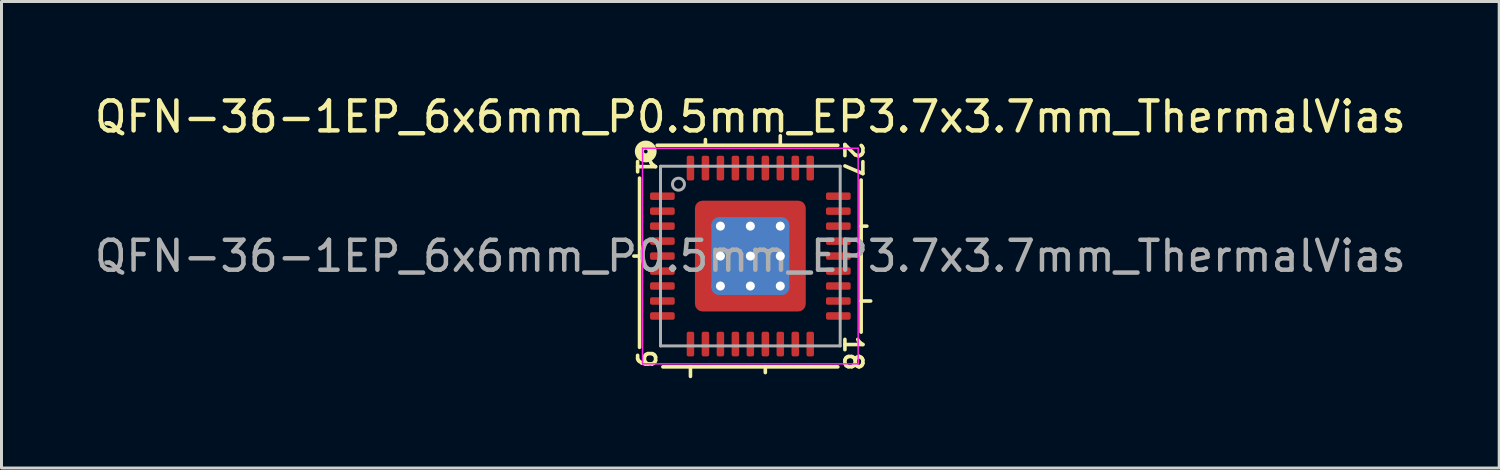
<source format=kicad_pcb>
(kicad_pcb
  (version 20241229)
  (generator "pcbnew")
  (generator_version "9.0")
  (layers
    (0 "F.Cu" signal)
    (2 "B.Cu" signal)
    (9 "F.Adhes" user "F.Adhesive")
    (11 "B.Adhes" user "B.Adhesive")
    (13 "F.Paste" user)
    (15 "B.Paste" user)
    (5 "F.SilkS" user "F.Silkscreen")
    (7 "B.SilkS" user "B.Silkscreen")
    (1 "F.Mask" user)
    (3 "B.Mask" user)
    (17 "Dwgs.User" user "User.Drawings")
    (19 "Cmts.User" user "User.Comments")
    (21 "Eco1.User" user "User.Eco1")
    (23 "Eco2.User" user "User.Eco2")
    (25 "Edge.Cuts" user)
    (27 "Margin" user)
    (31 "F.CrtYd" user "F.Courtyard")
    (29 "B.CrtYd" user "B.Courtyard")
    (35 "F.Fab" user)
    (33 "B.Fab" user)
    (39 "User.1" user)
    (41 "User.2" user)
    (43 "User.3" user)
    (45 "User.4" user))
  (footprint "QFN-36-1EP_6x6mm_P0.5mm_EP3.7x3.7mm_ThermalVias"
    (layer "F.Cu")
    (at 22.006 5.501)
    (property "Reference" "QFN-36-1EP_6x6mm_P0.5mm_EP3.7x3.7mm_ThermalVias" (at 0 -4.652 0) (layer "F.SilkS") (effects (font (size 1 1) (thickness 0.15))))
    (attr smd)
    (fp_line (start -3.7 -2.603) (end -3.7 3.048) (stroke (width 0.12) (type solid)) (layer "F.SilkS"))
    (fp_line (start -3.7 0) (end -3.89 0) (stroke (width 0.12) (type solid)) (layer "F.SilkS"))
    (fp_line (start -2.921 3.7) (end 2.921 3.7) (stroke (width 0.12) (type solid)) (layer "F.SilkS"))
    (fp_line (start -2 3.7) (end -2 4.018) (stroke (width 0.12) (type solid)) (layer "F.SilkS"))
    (fp_line (start -1.5 -3.7) (end -1.5 -3.89) (stroke (width 0.12) (type solid)) (layer "F.SilkS"))
    (fp_line (start 0.5 3.7) (end 0.5 3.89) (stroke (width 0.12) (type solid)) (layer "F.SilkS"))
    (fp_line (start 1 -3.7) (end 1 -4.018) (stroke (width 0.12) (type solid)) (layer "F.SilkS"))
    (fp_line (start 2.921 -3.7) (end -3.111 -3.7) (stroke (width 0.12) (type solid)) (layer "F.SilkS"))
    (fp_line (start 3.7 -1) (end 3.89 -1) (stroke (width 0.12) (type solid)) (layer "F.SilkS"))
    (fp_line (start 3.7 1.5) (end 4.018 1.5) (stroke (width 0.12) (type solid)) (layer "F.SilkS"))
    (fp_line (start 3.7 2.54) (end 3.7 -2.54) (stroke (width 0.12) (type solid)) (layer "F.SilkS"))
    (fp_circle (center -3.493 -3.493) (end -3.429 -3.493) (stroke (width 0.3) (type solid)) (fill no) (layer "F.SilkS"))
    (fp_line (start -3.6 -3.6) (end -3.6 3.6) (stroke (width 0.05) (type solid)) (layer "F.CrtYd"))
    (fp_line (start -3.6 3.6) (end 3.6 3.6) (stroke (width 0.05) (type solid)) (layer "F.CrtYd"))
    (fp_line (start 3.6 -3.6) (end -3.6 -3.6) (stroke (width 0.05) (type solid)) (layer "F.CrtYd"))
    (fp_line (start 3.6 3.6) (end 3.6 -3.6) (stroke (width 0.05) (type solid)) (layer "F.CrtYd"))
    (fp_line (start -3 -3) (end 3 -3) (stroke (width 0.1) (type solid)) (layer "F.Fab"))
    (fp_line (start -3 3) (end -3 -3) (stroke (width 0.1) (type solid)) (layer "F.Fab"))
    (fp_line (start 3 -3) (end 3 3) (stroke (width 0.1) (type solid)) (layer "F.Fab"))
    (fp_line (start 3 3) (end -3 3) (stroke (width 0.1) (type solid)) (layer "F.Fab"))
    (fp_circle (center -2.4 -2.4) (end -2.2 -2.4) (stroke (width 0.1) (type solid)) (fill no) (layer "F.Fab"))
    (fp_text user "18" (at 3.429 3.239 270) (unlocked yes) (layer "F.SilkS") (effects (font (size 0.6 0.6) (thickness 0.12))))
    (fp_text user "9" (at -3.493 3.429 270) (unlocked yes) (layer "F.SilkS") (effects (font (size 0.6 0.6) (thickness 0.12))))
    (fp_text user "27" (at 3.429 -3.239 270) (unlocked yes) (layer "F.SilkS") (effects (font (size 0.6 0.6) (thickness 0.12))))
    (fp_text user "1" (at -3.493 -2.985 270) (unlocked yes) (layer "F.SilkS") (effects (font (size 0.6 0.6) (thickness 0.12))))
    (fp_text user "${REFERENCE}" (at 0 0 0) (layer "F.Fab") (effects (font (size 1 1) (thickness 0.15))))
    (pad "" smd custom (at -1.425 -1.425) (size 0.602 0.602) (layers "F.Paste") (options (anchor circle)) (primitives (gr_poly (pts (xy 0.259 0.19) (xy 0.19 0.259) (xy -0.259 0.259) (xy -0.259 -0.259) (xy 0.259 -0.259)) (width 0.167) (fill yes))))
    (pad "" smd custom (at -1.425 -0.5) (size 0.612 0.612) (layers "F.Paste") (options (anchor circle)) (primitives (gr_poly (pts (xy 0.269 -0.269) (xy 0.269 0.269) (xy 0.209 0.33) (xy -0.269 0.33) (xy -0.269 -0.33) (xy 0.209 -0.33)) (width 0.147) (fill yes))))
    (pad "" smd custom (at -1.425 0.5) (size 0.612 0.612) (layers "F.Paste") (options (anchor circle)) (primitives (gr_poly (pts (xy 0.269 -0.269) (xy 0.269 0.269) (xy 0.209 0.33) (xy -0.269 0.33) (xy -0.269 -0.33) (xy 0.209 -0.33)) (width 0.147) (fill yes))))
    (pad "" smd custom (at -1.425 1.425) (size 0.602 0.602) (layers "F.Paste") (options (anchor circle)) (primitives (gr_poly (pts (xy 0.259 -0.19) (xy 0.259 0.259) (xy -0.259 0.259) (xy -0.259 -0.259) (xy 0.19 -0.259)) (width 0.167) (fill yes))))
    (pad "" smd custom (at -0.5 -1.425) (size 0.612 0.612) (layers "F.Paste") (options (anchor circle)) (primitives (gr_poly (pts (xy 0.33 0.209) (xy 0.269 0.269) (xy -0.269 0.269) (xy -0.33 0.209) (xy -0.33 -0.269) (xy 0.33 -0.269)) (width 0.147) (fill yes))))
    (pad "" smd roundrect (at -0.5 -0.5) (size 0.806 0.806) (layers "F.Paste") (roundrect_rratio 0.25))
    (pad "" smd roundrect (at -0.5 0.5) (size 0.806 0.806) (layers "F.Paste") (roundrect_rratio 0.25))
    (pad "" smd custom (at -0.5 1.425) (size 0.612 0.612) (layers "F.Paste") (options (anchor circle)) (primitives (gr_poly (pts (xy 0.33 -0.209) (xy 0.33 0.269) (xy -0.33 0.269) (xy -0.33 -0.209) (xy -0.269 -0.269) (xy 0.269 -0.269)) (width 0.147) (fill yes))))
    (pad "" smd custom (at 0.5 -1.425) (size 0.612 0.612) (layers "F.Paste") (options (anchor circle)) (primitives (gr_poly (pts (xy 0.33 0.209) (xy 0.269 0.269) (xy -0.269 0.269) (xy -0.33 0.209) (xy -0.33 -0.269) (xy 0.33 -0.269)) (width 0.147) (fill yes))))
    (pad "" smd roundrect (at 0.5 -0.5) (size 0.806 0.806) (layers "F.Paste") (roundrect_rratio 0.25))
    (pad "" smd roundrect (at 0.5 0.5) (size 0.806 0.806) (layers "F.Paste") (roundrect_rratio 0.25))
    (pad "" smd custom (at 0.5 1.425) (size 0.612 0.612) (layers "F.Paste") (options (anchor circle)) (primitives (gr_poly (pts (xy 0.33 -0.209) (xy 0.33 0.269) (xy -0.33 0.269) (xy -0.33 -0.209) (xy -0.269 -0.269) (xy 0.269 -0.269)) (width 0.147) (fill yes))))
    (pad "" smd custom (at 1.425 -1.425) (size 0.602 0.602) (layers "F.Paste") (options (anchor circle)) (primitives (gr_poly (pts (xy 0.259 0.259) (xy -0.19 0.259) (xy -0.259 0.19) (xy -0.259 -0.259) (xy 0.259 -0.259)) (width 0.167) (fill yes))))
    (pad "" smd custom (at 1.425 -0.5) (size 0.612 0.612) (layers "F.Paste") (options (anchor circle)) (primitives (gr_poly (pts (xy 0.269 0.33) (xy -0.209 0.33) (xy -0.269 0.269) (xy -0.269 -0.269) (xy -0.209 -0.33) (xy 0.269 -0.33)) (width 0.147) (fill yes))))
    (pad "" smd custom (at 1.425 0.5) (size 0.612 0.612) (layers "F.Paste") (options (anchor circle)) (primitives (gr_poly (pts (xy 0.269 0.33) (xy -0.209 0.33) (xy -0.269 0.269) (xy -0.269 -0.269) (xy -0.209 -0.33) (xy 0.269 -0.33)) (width 0.147) (fill yes))))
    (pad "" smd custom (at 1.425 1.425) (size 0.602 0.602) (layers "F.Paste") (options (anchor circle)) (primitives (gr_poly (pts (xy 0.259 0.259) (xy -0.259 0.259) (xy -0.259 -0.19) (xy -0.19 -0.259) (xy 0.259 -0.259)) (width 0.167) (fill yes))))
    (pad "1" smd roundrect (at -2.938 -2) (size 0.825 0.25) (layers "F.Cu" "F.Mask" "F.Paste") (roundrect_rratio 0.25))
    (pad "2" smd roundrect (at -2.938 -1.5) (size 0.825 0.25) (layers "F.Cu" "F.Mask" "F.Paste") (roundrect_rratio 0.25))
    (pad "3" smd roundrect (at -2.938 -1) (size 0.825 0.25) (layers "F.Cu" "F.Mask" "F.Paste") (roundrect_rratio 0.25))
    (pad "4" smd roundrect (at -2.938 -0.5) (size 0.825 0.25) (layers "F.Cu" "F.Mask" "F.Paste") (roundrect_rratio 0.25))
    (pad "5" smd roundrect (at -2.938 0) (size 0.825 0.25) (layers "F.Cu" "F.Mask" "F.Paste") (roundrect_rratio 0.25))
    (pad "6" smd roundrect (at -2.938 0.5) (size 0.825 0.25) (layers "F.Cu" "F.Mask" "F.Paste") (roundrect_rratio 0.25))
    (pad "7" smd roundrect (at -2.938 1) (size 0.825 0.25) (layers "F.Cu" "F.Mask" "F.Paste") (roundrect_rratio 0.25))
    (pad "8" smd roundrect (at -2.938 1.5) (size 0.825 0.25) (layers "F.Cu" "F.Mask" "F.Paste") (roundrect_rratio 0.25))
    (pad "9" smd roundrect (at -2.938 2) (size 0.825 0.25) (layers "F.Cu" "F.Mask" "F.Paste") (roundrect_rratio 0.25))
    (pad "10" smd roundrect (at -2 2.938) (size 0.25 0.825) (layers "F.Cu" "F.Mask" "F.Paste") (roundrect_rratio 0.25))
    (pad "11" smd roundrect (at -1.5 2.938) (size 0.25 0.825) (layers "F.Cu" "F.Mask" "F.Paste") (roundrect_rratio 0.25))
    (pad "12" smd roundrect (at -1 2.938) (size 0.25 0.825) (layers "F.Cu" "F.Mask" "F.Paste") (roundrect_rratio 0.25))
    (pad "13" smd roundrect (at -0.5 2.938) (size 0.25 0.825) (layers "F.Cu" "F.Mask" "F.Paste") (roundrect_rratio 0.25))
    (pad "14" smd roundrect (at 0 2.938) (size 0.25 0.825) (layers "F.Cu" "F.Mask" "F.Paste") (roundrect_rratio 0.25))
    (pad "15" smd roundrect (at 0.5 2.938) (size 0.25 0.825) (layers "F.Cu" "F.Mask" "F.Paste") (roundrect_rratio 0.25))
    (pad "16" smd roundrect (at 1 2.938) (size 0.25 0.825) (layers "F.Cu" "F.Mask" "F.Paste") (roundrect_rratio 0.25))
    (pad "17" smd roundrect (at 1.5 2.938) (size 0.25 0.825) (layers "F.Cu" "F.Mask" "F.Paste") (roundrect_rratio 0.25))
    (pad "18" smd roundrect (at 2 2.938) (size 0.25 0.825) (layers "F.Cu" "F.Mask" "F.Paste") (roundrect_rratio 0.25))
    (pad "19" smd roundrect (at 2.938 2) (size 0.825 0.25) (layers "F.Cu" "F.Mask" "F.Paste") (roundrect_rratio 0.25))
    (pad "20" smd roundrect (at 2.938 1.5) (size 0.825 0.25) (layers "F.Cu" "F.Mask" "F.Paste") (roundrect_rratio 0.25))
    (pad "21" smd roundrect (at 2.938 1) (size 0.825 0.25) (layers "F.Cu" "F.Mask" "F.Paste") (roundrect_rratio 0.25))
    (pad "22" smd roundrect (at 2.938 0.5) (size 0.825 0.25) (layers "F.Cu" "F.Mask" "F.Paste") (roundrect_rratio 0.25))
    (pad "23" smd roundrect (at 2.938 0) (size 0.825 0.25) (layers "F.Cu" "F.Mask" "F.Paste") (roundrect_rratio 0.25))
    (pad "24" smd roundrect (at 2.938 -0.5) (size 0.825 0.25) (layers "F.Cu" "F.Mask" "F.Paste") (roundrect_rratio 0.25))
    (pad "25" smd roundrect (at 2.938 -1) (size 0.825 0.25) (layers "F.Cu" "F.Mask" "F.Paste") (roundrect_rratio 0.25))
    (pad "26" smd roundrect (at 2.938 -1.5) (size 0.825 0.25) (layers "F.Cu" "F.Mask" "F.Paste") (roundrect_rratio 0.25))
    (pad "27" smd roundrect (at 2.938 -2) (size 0.825 0.25) (layers "F.Cu" "F.Mask" "F.Paste") (roundrect_rratio 0.25))
    (pad "28" smd roundrect (at 2 -2.938) (size 0.25 0.825) (layers "F.Cu" "F.Mask" "F.Paste") (roundrect_rratio 0.25))
    (pad "29" smd roundrect (at 1.5 -2.938) (size 0.25 0.825) (layers "F.Cu" "F.Mask" "F.Paste") (roundrect_rratio 0.25))
    (pad "30" smd roundrect (at 1 -2.938) (size 0.25 0.825) (layers "F.Cu" "F.Mask" "F.Paste") (roundrect_rratio 0.25))
    (pad "31" smd roundrect (at 0.5 -2.938) (size 0.25 0.825) (layers "F.Cu" "F.Mask" "F.Paste") (roundrect_rratio 0.25))
    (pad "32" smd roundrect (at 0 -2.938) (size 0.25 0.825) (layers "F.Cu" "F.Mask" "F.Paste") (roundrect_rratio 0.25))
    (pad "33" smd roundrect (at -0.5 -2.938) (size 0.25 0.825) (layers "F.Cu" "F.Mask" "F.Paste") (roundrect_rratio 0.25))
    (pad "34" smd roundrect (at -1 -2.938) (size 0.25 0.825) (layers "F.Cu" "F.Mask" "F.Paste") (roundrect_rratio 0.25))
    (pad "35" smd roundrect (at -1.5 -2.938) (size 0.25 0.825) (layers "F.Cu" "F.Mask" "F.Paste") (roundrect_rratio 0.25))
    (pad "36" smd roundrect (at -2 -2.938) (size 0.25 0.825) (layers "F.Cu" "F.Mask" "F.Paste") (roundrect_rratio 0.25))
    (pad "37" thru_hole circle (at -1 -1) (size 0.6 0.6) (drill 0.3) (property pad_prop_heatsink) (layers "*.Cu"))
    (pad "37" thru_hole circle (at -1 0) (size 0.6 0.6) (drill 0.3) (property pad_prop_heatsink) (layers "*.Cu"))
    (pad "37" thru_hole circle (at -1 1) (size 0.6 0.6) (drill 0.3) (property pad_prop_heatsink) (layers "*.Cu"))
    (pad "37" thru_hole circle (at 0 -1) (size 0.6 0.6) (drill 0.3) (property pad_prop_heatsink) (layers "*.Cu"))
    (pad "37" thru_hole circle (at 0 0) (size 0.6 0.6) (drill 0.3) (property pad_prop_heatsink) (layers "*.Cu"))
    (pad "37" smd roundrect (at 0 0) (size 2.6 2.6) (layers "B.Cu" "B.Mask") (roundrect_rratio 0.096))
    (pad "37" smd roundrect (at 0 0) (size 3.7 3.7) (layers "F.Cu" "F.Mask") (roundrect_rratio 0.068))
    (pad "37" thru_hole circle (at 0 1) (size 0.6 0.6) (drill 0.3) (property pad_prop_heatsink) (layers "*.Cu"))
    (pad "37" thru_hole circle (at 1 -1) (size 0.6 0.6) (drill 0.3) (property pad_prop_heatsink) (layers "*.Cu"))
    (pad "37" thru_hole circle (at 1 0) (size 0.6 0.6) (drill 0.3) (property pad_prop_heatsink) (layers "*.Cu"))
    (pad "37" thru_hole circle (at 1 1) (size 0.6 0.6) (drill 0.3) (property pad_prop_heatsink) (layers "*.Cu")))
  (gr_rect
    (start -3 -3)
    (end 47.012 12.578)
    (stroke (width 0.1) (type default))
    (fill no)
    (layer "Edge.Cuts")))
</source>
